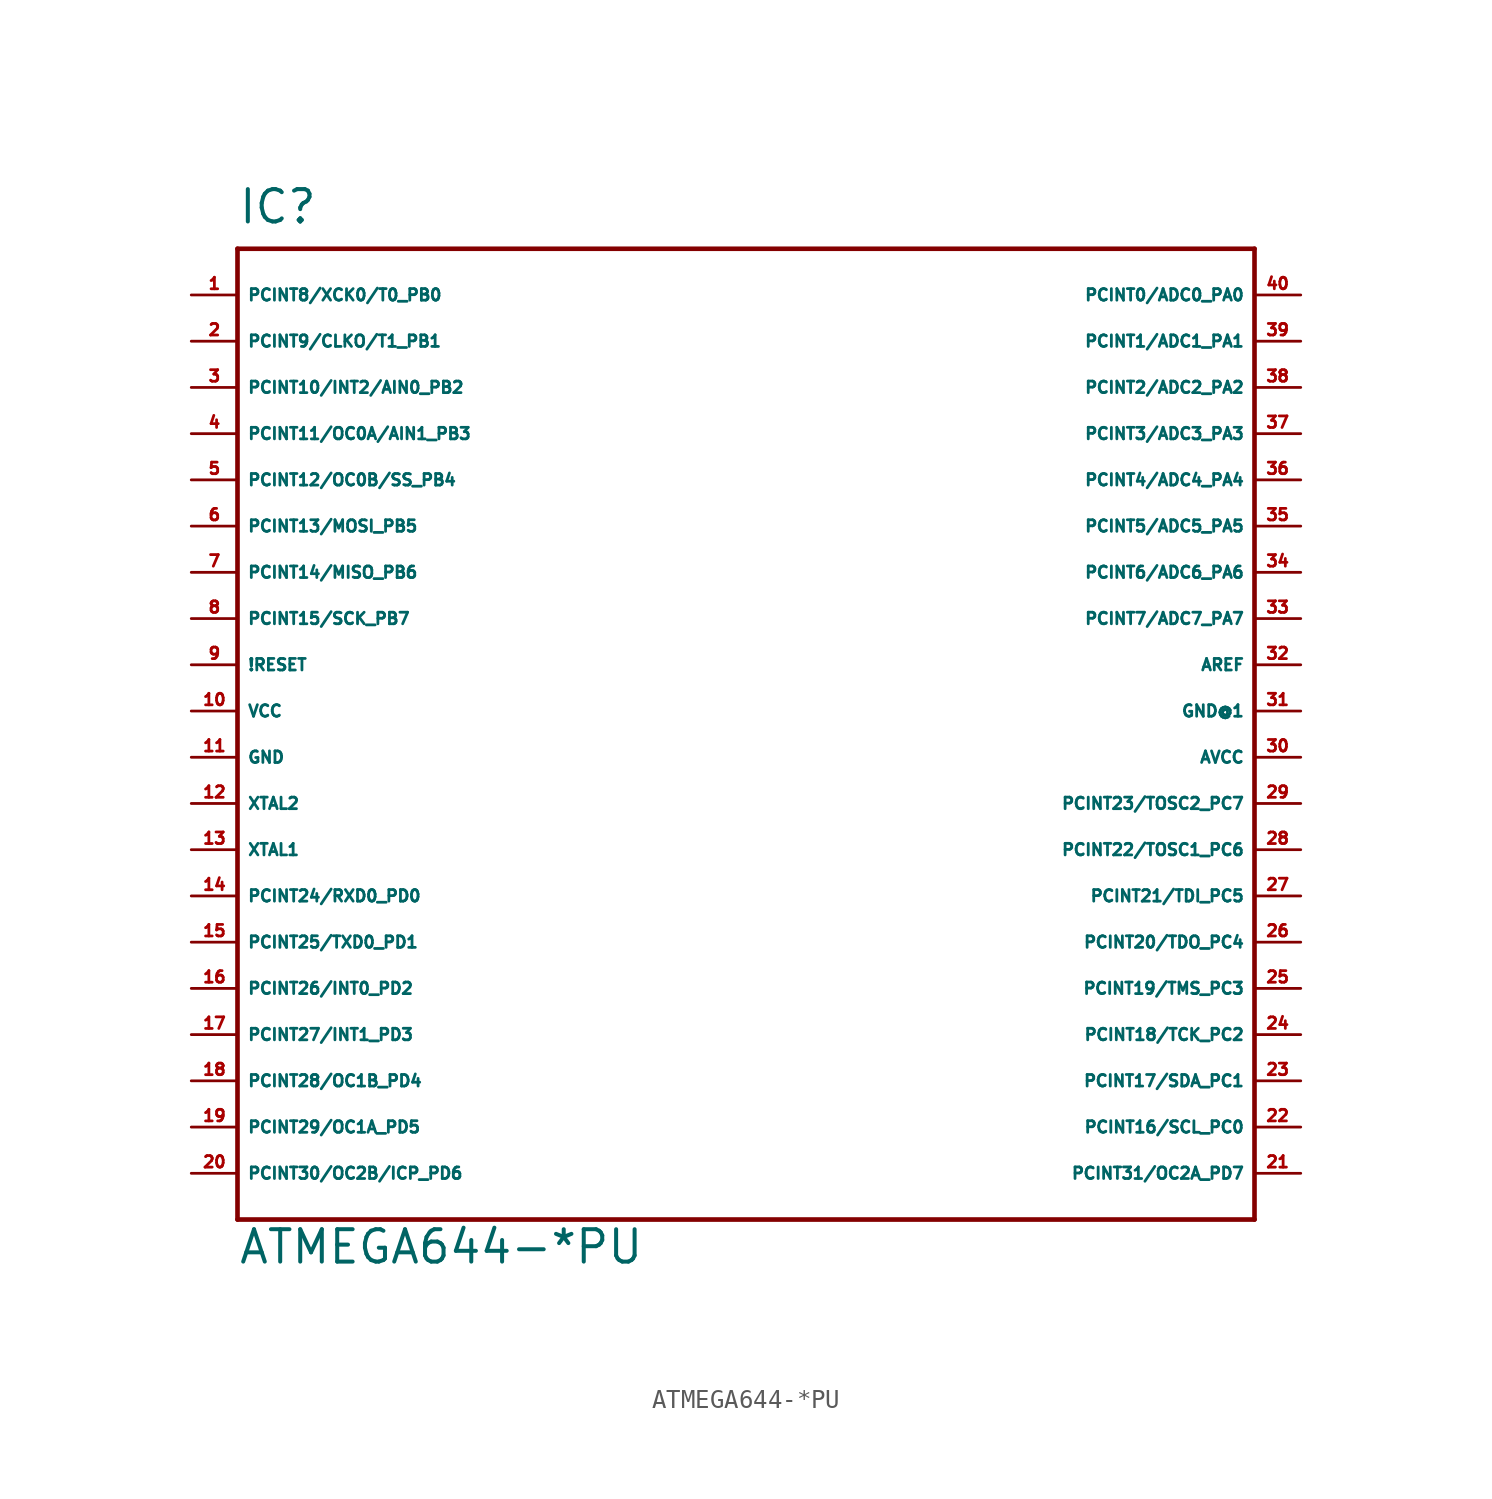
<source format=kicad_sym>
(kicad_symbol_lib
  (version 20220914)
  (generator Eagle2Kicad)
  (symbol "ATMEGA644-*PU"
    (property "Reference" "IC"
      (at -27.94 26.67 0)
      (effects (font (size 1.778 1.778) (thickness 0.22)) (justify left bottom)))
    (property "Value" "ATMEGA644-*PU"
      (at -27.94 -30.48 0)
      (effects (font (size 1.778 1.778) (thickness 0.22)) (justify left bottom)))
    (polyline
      (pts (xy -27.94 -27.94) (xy 27.94 -27.94))
      (stroke (width 0.254) (type default))
      (fill (type none)))
    (polyline
      (pts (xy 27.94 -27.94) (xy 27.94 25.4))
      (stroke (width 0.254) (type default))
      (fill (type none)))
    (polyline
      (pts (xy 27.94 25.4) (xy -27.94 25.4))
      (stroke (width 0.254) (type default))
      (fill (type none)))
    (polyline
      (pts (xy -27.94 25.4) (xy -27.94 -27.94))
      (stroke (width 0.254) (type default))
      (fill (type none)))
    (pin bidirectional line
      (at -30.48 22.86 0)
      (length 2.54)
      (name "PCINT8/XCK0/T0_PB0" (effects (font (size 0.635 0.635) (thickness 0.08)) (justify left bottom)))
      (number "1" (effects (font (size 0.635 0.635) (thickness 0.08)) (justify left bottom))))
    (pin bidirectional line
      (at -30.48 20.32 0)
      (length 2.54)
      (name "PCINT9/CLKO/T1_PB1" (effects (font (size 0.635 0.635) (thickness 0.08)) (justify left bottom)))
      (number "2" (effects (font (size 0.635 0.635) (thickness 0.08)) (justify left bottom))))
    (pin bidirectional line
      (at -30.48 17.78 0)
      (length 2.54)
      (name "PCINT10/INT2/AIN0_PB2" (effects (font (size 0.635 0.635) (thickness 0.08)) (justify left bottom)))
      (number "3" (effects (font (size 0.635 0.635) (thickness 0.08)) (justify left bottom))))
    (pin bidirectional line
      (at -30.48 15.24 0)
      (length 2.54)
      (name "PCINT11/OC0A/AIN1_PB3" (effects (font (size 0.635 0.635) (thickness 0.08)) (justify left bottom)))
      (number "4" (effects (font (size 0.635 0.635) (thickness 0.08)) (justify left bottom))))
    (pin bidirectional line
      (at -30.48 12.7 0)
      (length 2.54)
      (name "PCINT12/OC0B/SS_PB4" (effects (font (size 0.635 0.635) (thickness 0.08)) (justify left bottom)))
      (number "5" (effects (font (size 0.635 0.635) (thickness 0.08)) (justify left bottom))))
    (pin bidirectional line
      (at -30.48 10.16 0)
      (length 2.54)
      (name "PCINT13/MOSI_PB5" (effects (font (size 0.635 0.635) (thickness 0.08)) (justify left bottom)))
      (number "6" (effects (font (size 0.635 0.635) (thickness 0.08)) (justify left bottom))))
    (pin bidirectional line
      (at -30.48 7.62 0)
      (length 2.54)
      (name "PCINT14/MISO_PB6" (effects (font (size 0.635 0.635) (thickness 0.08)) (justify left bottom)))
      (number "7" (effects (font (size 0.635 0.635) (thickness 0.08)) (justify left bottom))))
    (pin bidirectional line
      (at -30.48 5.08 0)
      (length 2.54)
      (name "PCINT15/SCK_PB7" (effects (font (size 0.635 0.635) (thickness 0.08)) (justify left bottom)))
      (number "8" (effects (font (size 0.635 0.635) (thickness 0.08)) (justify left bottom))))
    (pin input line
      (at -30.48 2.54 0)
      (length 2.54)
      (name "!RESET" (effects (font (size 0.635 0.635) (thickness 0.08)) (justify left bottom)))
      (number "9" (effects (font (size 0.635 0.635) (thickness 0.08)) (justify left bottom))))
    (pin unspecified line
      (at -30.48 0 0)
      (length 2.54)
      (name "VCC" (effects (font (size 0.635 0.635) (thickness 0.08)) (justify left bottom)))
      (number "10" (effects (font (size 0.635 0.635) (thickness 0.08)) (justify left bottom))))
    (pin unspecified line
      (at -30.48 -2.54 0)
      (length 2.54)
      (name "GND" (effects (font (size 0.635 0.635) (thickness 0.08)) (justify left bottom)))
      (number "11" (effects (font (size 0.635 0.635) (thickness 0.08)) (justify left bottom))))
    (pin output line
      (at -30.48 -5.08 0)
      (length 2.54)
      (name "XTAL2" (effects (font (size 0.635 0.635) (thickness 0.08)) (justify left bottom)))
      (number "12" (effects (font (size 0.635 0.635) (thickness 0.08)) (justify left bottom))))
    (pin input line
      (at -30.48 -7.62 0)
      (length 2.54)
      (name "XTAL1" (effects (font (size 0.635 0.635) (thickness 0.08)) (justify left bottom)))
      (number "13" (effects (font (size 0.635 0.635) (thickness 0.08)) (justify left bottom))))
    (pin bidirectional line
      (at -30.48 -10.16 0)
      (length 2.54)
      (name "PCINT24/RXD0_PD0" (effects (font (size 0.635 0.635) (thickness 0.08)) (justify left bottom)))
      (number "14" (effects (font (size 0.635 0.635) (thickness 0.08)) (justify left bottom))))
    (pin bidirectional line
      (at -30.48 -12.7 0)
      (length 2.54)
      (name "PCINT25/TXD0_PD1" (effects (font (size 0.635 0.635) (thickness 0.08)) (justify left bottom)))
      (number "15" (effects (font (size 0.635 0.635) (thickness 0.08)) (justify left bottom))))
    (pin bidirectional line
      (at -30.48 -15.24 0)
      (length 2.54)
      (name "PCINT26/INT0_PD2" (effects (font (size 0.635 0.635) (thickness 0.08)) (justify left bottom)))
      (number "16" (effects (font (size 0.635 0.635) (thickness 0.08)) (justify left bottom))))
    (pin bidirectional line
      (at -30.48 -17.78 0)
      (length 2.54)
      (name "PCINT27/INT1_PD3" (effects (font (size 0.635 0.635) (thickness 0.08)) (justify left bottom)))
      (number "17" (effects (font (size 0.635 0.635) (thickness 0.08)) (justify left bottom))))
    (pin bidirectional line
      (at -30.48 -20.32 0)
      (length 2.54)
      (name "PCINT28/OC1B_PD4" (effects (font (size 0.635 0.635) (thickness 0.08)) (justify left bottom)))
      (number "18" (effects (font (size 0.635 0.635) (thickness 0.08)) (justify left bottom))))
    (pin bidirectional line
      (at -30.48 -22.86 0)
      (length 2.54)
      (name "PCINT29/OC1A_PD5" (effects (font (size 0.635 0.635) (thickness 0.08)) (justify left bottom)))
      (number "19" (effects (font (size 0.635 0.635) (thickness 0.08)) (justify left bottom))))
    (pin bidirectional line
      (at -30.48 -25.4 0)
      (length 2.54)
      (name "PCINT30/OC2B/ICP_PD6" (effects (font (size 0.635 0.635) (thickness 0.08)) (justify left bottom)))
      (number "20" (effects (font (size 0.635 0.635) (thickness 0.08)) (justify left bottom))))
    (pin bidirectional line
      (at 30.48 -25.4 180)
      (length 2.54)
      (name "PCINT31/OC2A_PD7" (effects (font (size 0.635 0.635) (thickness 0.08)) (justify left bottom)))
      (number "21" (effects (font (size 0.635 0.635) (thickness 0.08)) (justify left bottom))))
    (pin bidirectional line
      (at 30.48 -22.86 180)
      (length 2.54)
      (name "PCINT16/SCL_PC0" (effects (font (size 0.635 0.635) (thickness 0.08)) (justify left bottom)))
      (number "22" (effects (font (size 0.635 0.635) (thickness 0.08)) (justify left bottom))))
    (pin bidirectional line
      (at 30.48 -20.32 180)
      (length 2.54)
      (name "PCINT17/SDA_PC1" (effects (font (size 0.635 0.635) (thickness 0.08)) (justify left bottom)))
      (number "23" (effects (font (size 0.635 0.635) (thickness 0.08)) (justify left bottom))))
    (pin bidirectional line
      (at 30.48 -17.78 180)
      (length 2.54)
      (name "PCINT18/TCK_PC2" (effects (font (size 0.635 0.635) (thickness 0.08)) (justify left bottom)))
      (number "24" (effects (font (size 0.635 0.635) (thickness 0.08)) (justify left bottom))))
    (pin bidirectional line
      (at 30.48 -15.24 180)
      (length 2.54)
      (name "PCINT19/TMS_PC3" (effects (font (size 0.635 0.635) (thickness 0.08)) (justify left bottom)))
      (number "25" (effects (font (size 0.635 0.635) (thickness 0.08)) (justify left bottom))))
    (pin bidirectional line
      (at 30.48 -12.7 180)
      (length 2.54)
      (name "PCINT20/TDO_PC4" (effects (font (size 0.635 0.635) (thickness 0.08)) (justify left bottom)))
      (number "26" (effects (font (size 0.635 0.635) (thickness 0.08)) (justify left bottom))))
    (pin bidirectional line
      (at 30.48 -10.16 180)
      (length 2.54)
      (name "PCINT21/TDI_PC5" (effects (font (size 0.635 0.635) (thickness 0.08)) (justify left bottom)))
      (number "27" (effects (font (size 0.635 0.635) (thickness 0.08)) (justify left bottom))))
    (pin bidirectional line
      (at 30.48 -7.62 180)
      (length 2.54)
      (name "PCINT22/TOSC1_PC6" (effects (font (size 0.635 0.635) (thickness 0.08)) (justify left bottom)))
      (number "28" (effects (font (size 0.635 0.635) (thickness 0.08)) (justify left bottom))))
    (pin bidirectional line
      (at 30.48 -5.08 180)
      (length 2.54)
      (name "PCINT23/TOSC2_PC7" (effects (font (size 0.635 0.635) (thickness 0.08)) (justify left bottom)))
      (number "29" (effects (font (size 0.635 0.635) (thickness 0.08)) (justify left bottom))))
    (pin unspecified line
      (at 30.48 -2.54 180)
      (length 2.54)
      (name "AVCC" (effects (font (size 0.635 0.635) (thickness 0.08)) (justify left bottom)))
      (number "30" (effects (font (size 0.635 0.635) (thickness 0.08)) (justify left bottom))))
    (pin unspecified line
      (at 30.48 0 180)
      (length 2.54)
      (name "GND@1" (effects (font (size 0.635 0.635) (thickness 0.08)) (justify left bottom)))
      (number "31" (effects (font (size 0.635 0.635) (thickness 0.08)) (justify left bottom))))
    (pin passive line
      (at 30.48 2.54 180)
      (length 2.54)
      (name "AREF" (effects (font (size 0.635 0.635) (thickness 0.08)) (justify left bottom)))
      (number "32" (effects (font (size 0.635 0.635) (thickness 0.08)) (justify left bottom))))
    (pin bidirectional line
      (at 30.48 5.08 180)
      (length 2.54)
      (name "PCINT7/ADC7_PA7" (effects (font (size 0.635 0.635) (thickness 0.08)) (justify left bottom)))
      (number "33" (effects (font (size 0.635 0.635) (thickness 0.08)) (justify left bottom))))
    (pin bidirectional line
      (at 30.48 7.62 180)
      (length 2.54)
      (name "PCINT6/ADC6_PA6" (effects (font (size 0.635 0.635) (thickness 0.08)) (justify left bottom)))
      (number "34" (effects (font (size 0.635 0.635) (thickness 0.08)) (justify left bottom))))
    (pin bidirectional line
      (at 30.48 10.16 180)
      (length 2.54)
      (name "PCINT5/ADC5_PA5" (effects (font (size 0.635 0.635) (thickness 0.08)) (justify left bottom)))
      (number "35" (effects (font (size 0.635 0.635) (thickness 0.08)) (justify left bottom))))
    (pin bidirectional line
      (at 30.48 12.7 180)
      (length 2.54)
      (name "PCINT4/ADC4_PA4" (effects (font (size 0.635 0.635) (thickness 0.08)) (justify left bottom)))
      (number "36" (effects (font (size 0.635 0.635) (thickness 0.08)) (justify left bottom))))
    (pin bidirectional line
      (at 30.48 15.24 180)
      (length 2.54)
      (name "PCINT3/ADC3_PA3" (effects (font (size 0.635 0.635) (thickness 0.08)) (justify left bottom)))
      (number "37" (effects (font (size 0.635 0.635) (thickness 0.08)) (justify left bottom))))
    (pin bidirectional line
      (at 30.48 17.78 180)
      (length 2.54)
      (name "PCINT2/ADC2_PA2" (effects (font (size 0.635 0.635) (thickness 0.08)) (justify left bottom)))
      (number "38" (effects (font (size 0.635 0.635) (thickness 0.08)) (justify left bottom))))
    (pin bidirectional line
      (at 30.48 20.32 180)
      (length 2.54)
      (name "PCINT1/ADC1_PA1" (effects (font (size 0.635 0.635) (thickness 0.08)) (justify left bottom)))
      (number "39" (effects (font (size 0.635 0.635) (thickness 0.08)) (justify left bottom))))
    (pin bidirectional line
      (at 30.48 22.86 180)
      (length 2.54)
      (name "PCINT0/ADC0_PA0" (effects (font (size 0.635 0.635) (thickness 0.08)) (justify left bottom)))
      (number "40" (effects (font (size 0.635 0.635) (thickness 0.08)) (justify left bottom))))))
</source>
